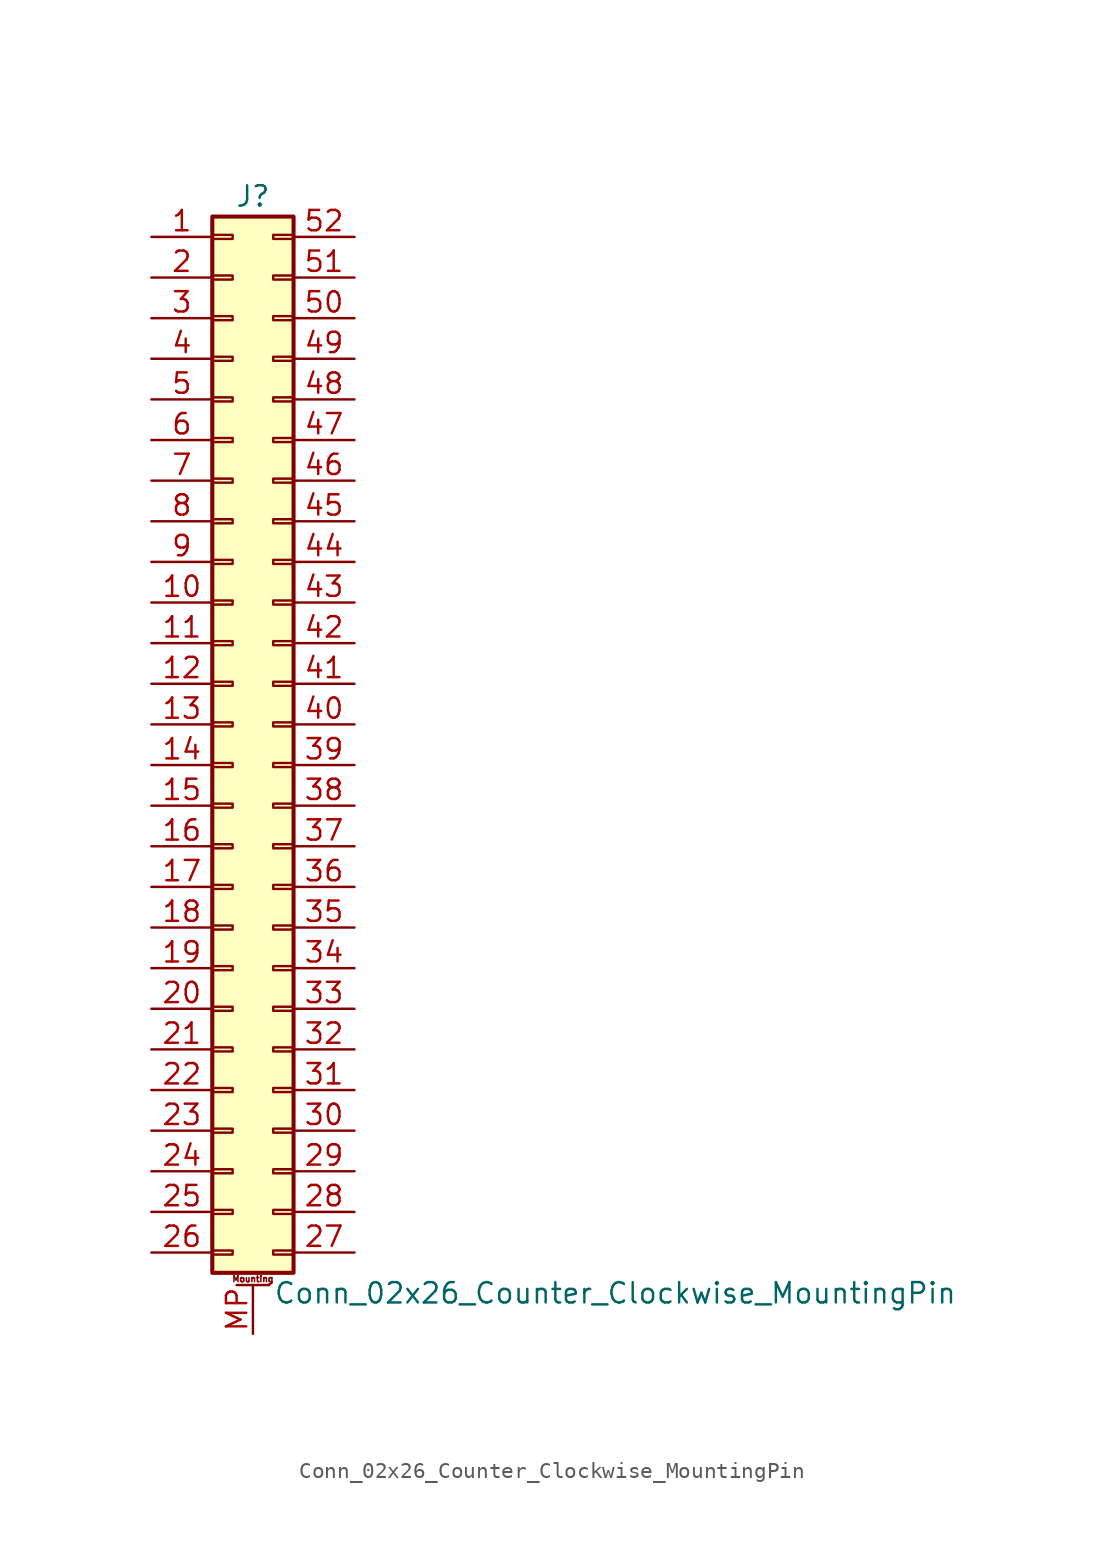
<source format=kicad_sym>
(kicad_symbol_lib
  (version 20211014)
  (generator kicad_symbol_editor)
  (symbol "Conn_02x26_Counter_Clockwise_MountingPin"
    (pin_names
      (offset 1.016) hide)
    (property "Reference" "J"
      (at 1.27 33.02 0)
      (effects (font (size 1.27 1.27))))
    (property "Value" "Conn_02x26_Counter_Clockwise_MountingPin"
      (at 2.54 -35.56 0)
      (effects (font (size 1.27 1.27)) (justify left)))
    (symbol "Conn_02x26_Counter_Clockwise_MountingPin_1_1"
      (rectangle (start -1.27 -32.893) (end 0 -33.147) (stroke (width 0.152) (type default) (color 0 0 0 0)) (fill (type none)))
      (rectangle (start -1.27 -30.353) (end 0 -30.607) (stroke (width 0.152) (type default) (color 0 0 0 0)) (fill (type none)))
      (rectangle (start -1.27 -27.813) (end 0 -28.067) (stroke (width 0.152) (type default) (color 0 0 0 0)) (fill (type none)))
      (rectangle (start -1.27 -25.273) (end 0 -25.527) (stroke (width 0.152) (type default) (color 0 0 0 0)) (fill (type none)))
      (rectangle (start -1.27 -22.733) (end 0 -22.987) (stroke (width 0.152) (type default) (color 0 0 0 0)) (fill (type none)))
      (rectangle (start -1.27 -20.193) (end 0 -20.447) (stroke (width 0.152) (type default) (color 0 0 0 0)) (fill (type none)))
      (rectangle (start -1.27 -17.653) (end 0 -17.907) (stroke (width 0.152) (type default) (color 0 0 0 0)) (fill (type none)))
      (rectangle (start -1.27 -15.113) (end 0 -15.367) (stroke (width 0.152) (type default) (color 0 0 0 0)) (fill (type none)))
      (rectangle (start -1.27 -12.573) (end 0 -12.827) (stroke (width 0.152) (type default) (color 0 0 0 0)) (fill (type none)))
      (rectangle (start -1.27 -10.033) (end 0 -10.287) (stroke (width 0.152) (type default) (color 0 0 0 0)) (fill (type none)))
      (rectangle (start -1.27 -7.493) (end 0 -7.747) (stroke (width 0.152) (type default) (color 0 0 0 0)) (fill (type none)))
      (rectangle (start -1.27 -4.953) (end 0 -5.207) (stroke (width 0.152) (type default) (color 0 0 0 0)) (fill (type none)))
      (rectangle (start -1.27 -2.413) (end 0 -2.667) (stroke (width 0.152) (type default) (color 0 0 0 0)) (fill (type none)))
      (rectangle (start -1.27 0.127) (end 0 -0.127) (stroke (width 0.152) (type default) (color 0 0 0 0)) (fill (type none)))
      (rectangle (start -1.27 2.667) (end 0 2.413) (stroke (width 0.152) (type default) (color 0 0 0 0)) (fill (type none)))
      (rectangle (start -1.27 5.207) (end 0 4.953) (stroke (width 0.152) (type default) (color 0 0 0 0)) (fill (type none)))
      (rectangle (start -1.27 7.747) (end 0 7.493) (stroke (width 0.152) (type default) (color 0 0 0 0)) (fill (type none)))
      (rectangle (start -1.27 10.287) (end 0 10.033) (stroke (width 0.152) (type default) (color 0 0 0 0)) (fill (type none)))
      (rectangle (start -1.27 12.827) (end 0 12.573) (stroke (width 0.152) (type default) (color 0 0 0 0)) (fill (type none)))
      (rectangle (start -1.27 15.367) (end 0 15.113) (stroke (width 0.152) (type default) (color 0 0 0 0)) (fill (type none)))
      (rectangle (start -1.27 17.907) (end 0 17.653) (stroke (width 0.152) (type default) (color 0 0 0 0)) (fill (type none)))
      (rectangle (start -1.27 20.447) (end 0 20.193) (stroke (width 0.152) (type default) (color 0 0 0 0)) (fill (type none)))
      (rectangle (start -1.27 22.987) (end 0 22.733) (stroke (width 0.152) (type default) (color 0 0 0 0)) (fill (type none)))
      (rectangle (start -1.27 25.527) (end 0 25.273) (stroke (width 0.152) (type default) (color 0 0 0 0)) (fill (type none)))
      (rectangle (start -1.27 28.067) (end 0 27.813) (stroke (width 0.152) (type default) (color 0 0 0 0)) (fill (type none)))
      (rectangle (start -1.27 30.607) (end 0 30.353) (stroke (width 0.152) (type default) (color 0 0 0 0)) (fill (type none)))
      (rectangle (start -1.27 31.75) (end 3.81 -34.29) (stroke (width 0.254) (type default) (color 0 0 0 0)) (fill (type background)))
      (polyline (pts (xy 0.254 -35.052) (xy 2.286 -35.052)) (stroke (width 0.152) (type default) (color 0 0 0 0)) (fill (type none)))
      (rectangle (start 3.81 -32.893) (end 2.54 -33.147) (stroke (width 0.152) (type default) (color 0 0 0 0)) (fill (type none)))
      (rectangle (start 3.81 -30.353) (end 2.54 -30.607) (stroke (width 0.152) (type default) (color 0 0 0 0)) (fill (type none)))
      (rectangle (start 3.81 -27.813) (end 2.54 -28.067) (stroke (width 0.152) (type default) (color 0 0 0 0)) (fill (type none)))
      (rectangle (start 3.81 -25.273) (end 2.54 -25.527) (stroke (width 0.152) (type default) (color 0 0 0 0)) (fill (type none)))
      (rectangle (start 3.81 -22.733) (end 2.54 -22.987) (stroke (width 0.152) (type default) (color 0 0 0 0)) (fill (type none)))
      (rectangle (start 3.81 -20.193) (end 2.54 -20.447) (stroke (width 0.152) (type default) (color 0 0 0 0)) (fill (type none)))
      (rectangle (start 3.81 -17.653) (end 2.54 -17.907) (stroke (width 0.152) (type default) (color 0 0 0 0)) (fill (type none)))
      (rectangle (start 3.81 -15.113) (end 2.54 -15.367) (stroke (width 0.152) (type default) (color 0 0 0 0)) (fill (type none)))
      (rectangle (start 3.81 -12.573) (end 2.54 -12.827) (stroke (width 0.152) (type default) (color 0 0 0 0)) (fill (type none)))
      (rectangle (start 3.81 -10.033) (end 2.54 -10.287) (stroke (width 0.152) (type default) (color 0 0 0 0)) (fill (type none)))
      (rectangle (start 3.81 -7.493) (end 2.54 -7.747) (stroke (width 0.152) (type default) (color 0 0 0 0)) (fill (type none)))
      (rectangle (start 3.81 -4.953) (end 2.54 -5.207) (stroke (width 0.152) (type default) (color 0 0 0 0)) (fill (type none)))
      (rectangle (start 3.81 -2.413) (end 2.54 -2.667) (stroke (width 0.152) (type default) (color 0 0 0 0)) (fill (type none)))
      (rectangle (start 3.81 0.127) (end 2.54 -0.127) (stroke (width 0.152) (type default) (color 0 0 0 0)) (fill (type none)))
      (rectangle (start 3.81 2.667) (end 2.54 2.413) (stroke (width 0.152) (type default) (color 0 0 0 0)) (fill (type none)))
      (rectangle (start 3.81 5.207) (end 2.54 4.953) (stroke (width 0.152) (type default) (color 0 0 0 0)) (fill (type none)))
      (rectangle (start 3.81 7.747) (end 2.54 7.493) (stroke (width 0.152) (type default) (color 0 0 0 0)) (fill (type none)))
      (rectangle (start 3.81 10.287) (end 2.54 10.033) (stroke (width 0.152) (type default) (color 0 0 0 0)) (fill (type none)))
      (rectangle (start 3.81 12.827) (end 2.54 12.573) (stroke (width 0.152) (type default) (color 0 0 0 0)) (fill (type none)))
      (rectangle (start 3.81 15.367) (end 2.54 15.113) (stroke (width 0.152) (type default) (color 0 0 0 0)) (fill (type none)))
      (rectangle (start 3.81 17.907) (end 2.54 17.653) (stroke (width 0.152) (type default) (color 0 0 0 0)) (fill (type none)))
      (rectangle (start 3.81 20.447) (end 2.54 20.193) (stroke (width 0.152) (type default) (color 0 0 0 0)) (fill (type none)))
      (rectangle (start 3.81 22.987) (end 2.54 22.733) (stroke (width 0.152) (type default) (color 0 0 0 0)) (fill (type none)))
      (rectangle (start 3.81 25.527) (end 2.54 25.273) (stroke (width 0.152) (type default) (color 0 0 0 0)) (fill (type none)))
      (rectangle (start 3.81 28.067) (end 2.54 27.813) (stroke (width 0.152) (type default) (color 0 0 0 0)) (fill (type none)))
      (rectangle (start 3.81 30.607) (end 2.54 30.353) (stroke (width 0.152) (type default) (color 0 0 0 0)) (fill (type none)))
      (text "Mounting" (at 1.27 -34.671 0) (effects (font (size 0.381 0.381))))
      (pin passive line (at -5.08 30.48 0) (length 3.81) (name "Pin_1" (effects (font (size 1.27 1.27)))) (number "1" (effects (font (size 1.27 1.27)))))
      (pin passive line (at -5.08 7.62 0) (length 3.81) (name "Pin_10" (effects (font (size 1.27 1.27)))) (number "10" (effects (font (size 1.27 1.27)))))
      (pin passive line (at -5.08 5.08 0) (length 3.81) (name "Pin_11" (effects (font (size 1.27 1.27)))) (number "11" (effects (font (size 1.27 1.27)))))
      (pin passive line (at -5.08 2.54 0) (length 3.81) (name "Pin_12" (effects (font (size 1.27 1.27)))) (number "12" (effects (font (size 1.27 1.27)))))
      (pin passive line (at -5.08 0 0) (length 3.81) (name "Pin_13" (effects (font (size 1.27 1.27)))) (number "13" (effects (font (size 1.27 1.27)))))
      (pin passive line (at -5.08 -2.54 0) (length 3.81) (name "Pin_14" (effects (font (size 1.27 1.27)))) (number "14" (effects (font (size 1.27 1.27)))))
      (pin passive line (at -5.08 -5.08 0) (length 3.81) (name "Pin_15" (effects (font (size 1.27 1.27)))) (number "15" (effects (font (size 1.27 1.27)))))
      (pin passive line (at -5.08 -7.62 0) (length 3.81) (name "Pin_16" (effects (font (size 1.27 1.27)))) (number "16" (effects (font (size 1.27 1.27)))))
      (pin passive line (at -5.08 -10.16 0) (length 3.81) (name "Pin_17" (effects (font (size 1.27 1.27)))) (number "17" (effects (font (size 1.27 1.27)))))
      (pin passive line (at -5.08 -12.7 0) (length 3.81) (name "Pin_18" (effects (font (size 1.27 1.27)))) (number "18" (effects (font (size 1.27 1.27)))))
      (pin passive line (at -5.08 -15.24 0) (length 3.81) (name "Pin_19" (effects (font (size 1.27 1.27)))) (number "19" (effects (font (size 1.27 1.27)))))
      (pin passive line (at -5.08 27.94 0) (length 3.81) (name "Pin_2" (effects (font (size 1.27 1.27)))) (number "2" (effects (font (size 1.27 1.27)))))
      (pin passive line (at -5.08 -17.78 0) (length 3.81) (name "Pin_20" (effects (font (size 1.27 1.27)))) (number "20" (effects (font (size 1.27 1.27)))))
      (pin passive line (at -5.08 -20.32 0) (length 3.81) (name "Pin_21" (effects (font (size 1.27 1.27)))) (number "21" (effects (font (size 1.27 1.27)))))
      (pin passive line (at -5.08 -22.86 0) (length 3.81) (name "Pin_22" (effects (font (size 1.27 1.27)))) (number "22" (effects (font (size 1.27 1.27)))))
      (pin passive line (at -5.08 -25.4 0) (length 3.81) (name "Pin_23" (effects (font (size 1.27 1.27)))) (number "23" (effects (font (size 1.27 1.27)))))
      (pin passive line (at -5.08 -27.94 0) (length 3.81) (name "Pin_24" (effects (font (size 1.27 1.27)))) (number "24" (effects (font (size 1.27 1.27)))))
      (pin passive line (at -5.08 -30.48 0) (length 3.81) (name "Pin_25" (effects (font (size 1.27 1.27)))) (number "25" (effects (font (size 1.27 1.27)))))
      (pin passive line (at -5.08 -33.02 0) (length 3.81) (name "Pin_26" (effects (font (size 1.27 1.27)))) (number "26" (effects (font (size 1.27 1.27)))))
      (pin passive line (at 7.62 -33.02 180) (length 3.81) (name "Pin_27" (effects (font (size 1.27 1.27)))) (number "27" (effects (font (size 1.27 1.27)))))
      (pin passive line (at 7.62 -30.48 180) (length 3.81) (name "Pin_28" (effects (font (size 1.27 1.27)))) (number "28" (effects (font (size 1.27 1.27)))))
      (pin passive line (at 7.62 -27.94 180) (length 3.81) (name "Pin_29" (effects (font (size 1.27 1.27)))) (number "29" (effects (font (size 1.27 1.27)))))
      (pin passive line (at -5.08 25.4 0) (length 3.81) (name "Pin_3" (effects (font (size 1.27 1.27)))) (number "3" (effects (font (size 1.27 1.27)))))
      (pin passive line (at 7.62 -25.4 180) (length 3.81) (name "Pin_30" (effects (font (size 1.27 1.27)))) (number "30" (effects (font (size 1.27 1.27)))))
      (pin passive line (at 7.62 -22.86 180) (length 3.81) (name "Pin_31" (effects (font (size 1.27 1.27)))) (number "31" (effects (font (size 1.27 1.27)))))
      (pin passive line (at 7.62 -20.32 180) (length 3.81) (name "Pin_32" (effects (font (size 1.27 1.27)))) (number "32" (effects (font (size 1.27 1.27)))))
      (pin passive line (at 7.62 -17.78 180) (length 3.81) (name "Pin_33" (effects (font (size 1.27 1.27)))) (number "33" (effects (font (size 1.27 1.27)))))
      (pin passive line (at 7.62 -15.24 180) (length 3.81) (name "Pin_34" (effects (font (size 1.27 1.27)))) (number "34" (effects (font (size 1.27 1.27)))))
      (pin passive line (at 7.62 -12.7 180) (length 3.81) (name "Pin_35" (effects (font (size 1.27 1.27)))) (number "35" (effects (font (size 1.27 1.27)))))
      (pin passive line (at 7.62 -10.16 180) (length 3.81) (name "Pin_36" (effects (font (size 1.27 1.27)))) (number "36" (effects (font (size 1.27 1.27)))))
      (pin passive line (at 7.62 -7.62 180) (length 3.81) (name "Pin_37" (effects (font (size 1.27 1.27)))) (number "37" (effects (font (size 1.27 1.27)))))
      (pin passive line (at 7.62 -5.08 180) (length 3.81) (name "Pin_38" (effects (font (size 1.27 1.27)))) (number "38" (effects (font (size 1.27 1.27)))))
      (pin passive line (at 7.62 -2.54 180) (length 3.81) (name "Pin_39" (effects (font (size 1.27 1.27)))) (number "39" (effects (font (size 1.27 1.27)))))
      (pin passive line (at -5.08 22.86 0) (length 3.81) (name "Pin_4" (effects (font (size 1.27 1.27)))) (number "4" (effects (font (size 1.27 1.27)))))
      (pin passive line (at 7.62 0 180) (length 3.81) (name "Pin_40" (effects (font (size 1.27 1.27)))) (number "40" (effects (font (size 1.27 1.27)))))
      (pin passive line (at 7.62 2.54 180) (length 3.81) (name "Pin_41" (effects (font (size 1.27 1.27)))) (number "41" (effects (font (size 1.27 1.27)))))
      (pin passive line (at 7.62 5.08 180) (length 3.81) (name "Pin_42" (effects (font (size 1.27 1.27)))) (number "42" (effects (font (size 1.27 1.27)))))
      (pin passive line (at 7.62 7.62 180) (length 3.81) (name "Pin_43" (effects (font (size 1.27 1.27)))) (number "43" (effects (font (size 1.27 1.27)))))
      (pin passive line (at 7.62 10.16 180) (length 3.81) (name "Pin_44" (effects (font (size 1.27 1.27)))) (number "44" (effects (font (size 1.27 1.27)))))
      (pin passive line (at 7.62 12.7 180) (length 3.81) (name "Pin_45" (effects (font (size 1.27 1.27)))) (number "45" (effects (font (size 1.27 1.27)))))
      (pin passive line (at 7.62 15.24 180) (length 3.81) (name "Pin_46" (effects (font (size 1.27 1.27)))) (number "46" (effects (font (size 1.27 1.27)))))
      (pin passive line (at 7.62 17.78 180) (length 3.81) (name "Pin_47" (effects (font (size 1.27 1.27)))) (number "47" (effects (font (size 1.27 1.27)))))
      (pin passive line (at 7.62 20.32 180) (length 3.81) (name "Pin_48" (effects (font (size 1.27 1.27)))) (number "48" (effects (font (size 1.27 1.27)))))
      (pin passive line (at 7.62 22.86 180) (length 3.81) (name "Pin_49" (effects (font (size 1.27 1.27)))) (number "49" (effects (font (size 1.27 1.27)))))
      (pin passive line (at -5.08 20.32 0) (length 3.81) (name "Pin_5" (effects (font (size 1.27 1.27)))) (number "5" (effects (font (size 1.27 1.27)))))
      (pin passive line (at 7.62 25.4 180) (length 3.81) (name "Pin_50" (effects (font (size 1.27 1.27)))) (number "50" (effects (font (size 1.27 1.27)))))
      (pin passive line (at 7.62 27.94 180) (length 3.81) (name "Pin_51" (effects (font (size 1.27 1.27)))) (number "51" (effects (font (size 1.27 1.27)))))
      (pin passive line (at 7.62 30.48 180) (length 3.81) (name "Pin_52" (effects (font (size 1.27 1.27)))) (number "52" (effects (font (size 1.27 1.27)))))
      (pin passive line (at -5.08 17.78 0) (length 3.81) (name "Pin_6" (effects (font (size 1.27 1.27)))) (number "6" (effects (font (size 1.27 1.27)))))
      (pin passive line (at -5.08 15.24 0) (length 3.81) (name "Pin_7" (effects (font (size 1.27 1.27)))) (number "7" (effects (font (size 1.27 1.27)))))
      (pin passive line (at -5.08 12.7 0) (length 3.81) (name "Pin_8" (effects (font (size 1.27 1.27)))) (number "8" (effects (font (size 1.27 1.27)))))
      (pin passive line (at -5.08 10.16 0) (length 3.81) (name "Pin_9" (effects (font (size 1.27 1.27)))) (number "9" (effects (font (size 1.27 1.27)))))
      (pin passive line (at 1.27 -38.1 90) (length 3.048) (name "MountPin" (effects (font (size 1.27 1.27)))) (number "MP" (effects (font (size 1.27 1.27))))))))
</source>
